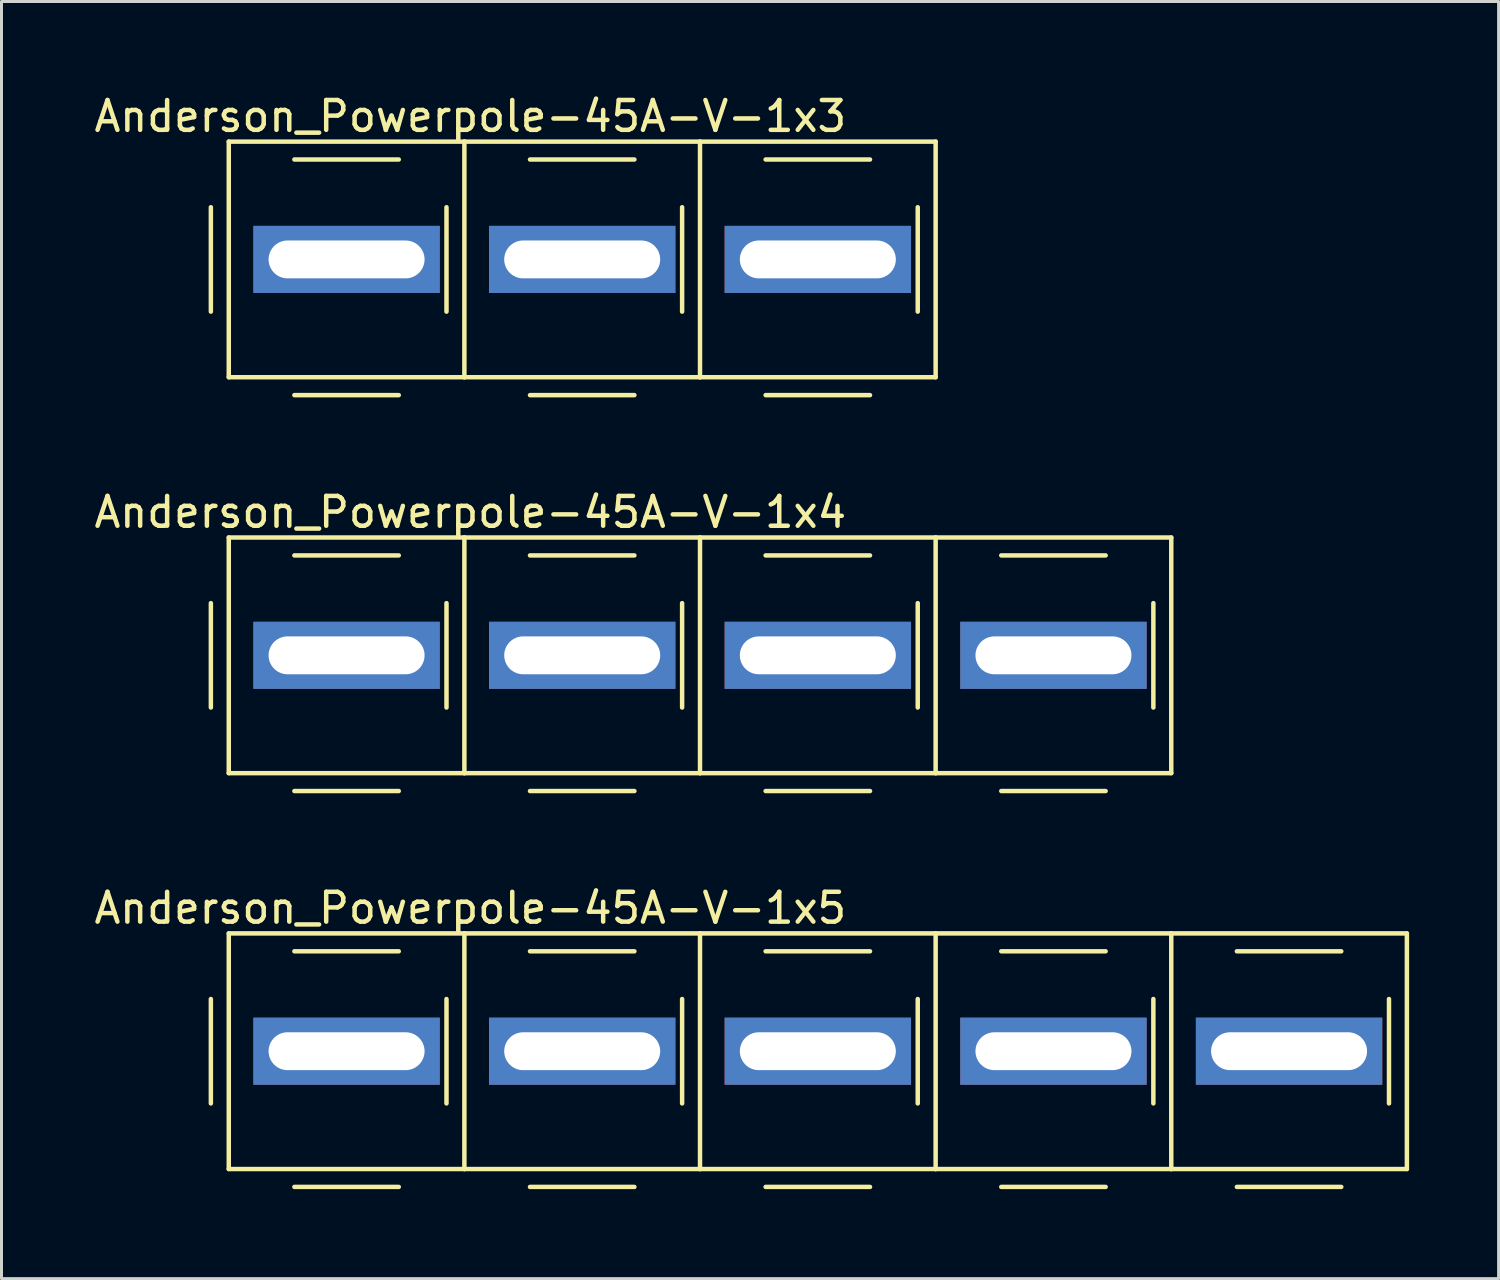
<source format=kicad_pcb>
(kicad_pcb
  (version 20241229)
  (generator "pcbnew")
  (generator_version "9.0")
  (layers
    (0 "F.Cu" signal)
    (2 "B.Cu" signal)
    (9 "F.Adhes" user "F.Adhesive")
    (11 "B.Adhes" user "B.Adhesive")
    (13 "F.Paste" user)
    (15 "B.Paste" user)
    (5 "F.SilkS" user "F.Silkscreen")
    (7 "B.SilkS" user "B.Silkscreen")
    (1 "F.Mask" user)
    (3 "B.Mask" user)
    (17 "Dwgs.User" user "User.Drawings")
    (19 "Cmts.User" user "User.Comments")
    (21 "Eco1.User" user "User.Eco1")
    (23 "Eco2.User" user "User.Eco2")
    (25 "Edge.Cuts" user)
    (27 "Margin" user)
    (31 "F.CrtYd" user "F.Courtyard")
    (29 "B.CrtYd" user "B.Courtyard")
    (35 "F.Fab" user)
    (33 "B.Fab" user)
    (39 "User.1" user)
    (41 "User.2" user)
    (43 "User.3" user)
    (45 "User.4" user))
  (footprint "Anderson_Powerpole-45A-V-1x5"
    (layer "F.Cu")
    (at 12.52 32.195)
    (property "Reference" "Anderson_Powerpole-45A-V-1x5" (at 0.2 -4.8 0) (layer "F.SilkS") (effects (font (size 1 1) (thickness 0.15))))
    (attr through_hole)
    (fp_line (start -8.5 -1.75) (end -8.5 1.75) (stroke (width 0.15) (type solid)) (layer "F.SilkS"))
    (fp_line (start -7.9 -3.95) (end -7.9 3.95) (stroke (width 0.15) (type solid)) (layer "F.SilkS"))
    (fp_line (start -7.9 -3.95) (end 0 -3.95) (stroke (width 0.15) (type solid)) (layer "F.SilkS"))
    (fp_line (start -7.9 3.95) (end 0 3.95) (stroke (width 0.15) (type solid)) (layer "F.SilkS"))
    (fp_line (start -5.7 -3.35) (end -2.2 -3.35) (stroke (width 0.15) (type solid)) (layer "F.SilkS"))
    (fp_line (start -5.7 4.55) (end -2.2 4.55) (stroke (width 0.15) (type solid)) (layer "F.SilkS"))
    (fp_line (start -0.6 -1.75) (end -0.6 1.75) (stroke (width 0.15) (type solid)) (layer "F.SilkS"))
    (fp_line (start 0 -3.95) (end 0 3.95) (stroke (width 0.15) (type solid)) (layer "F.SilkS"))
    (fp_line (start 0 -3.95) (end 7.9 -3.95) (stroke (width 0.15) (type solid)) (layer "F.SilkS"))
    (fp_line (start 0 3.95) (end 7.9 3.95) (stroke (width 0.15) (type solid)) (layer "F.SilkS"))
    (fp_line (start 2.2 -3.35) (end 5.7 -3.35) (stroke (width 0.15) (type solid)) (layer "F.SilkS"))
    (fp_line (start 2.2 4.55) (end 5.7 4.55) (stroke (width 0.15) (type solid)) (layer "F.SilkS"))
    (fp_line (start 7.3 -1.75) (end 7.3 1.75) (stroke (width 0.15) (type solid)) (layer "F.SilkS"))
    (fp_line (start 7.9 -3.95) (end 7.9 3.95) (stroke (width 0.15) (type solid)) (layer "F.SilkS"))
    (fp_line (start 7.9 -3.95) (end 15.8 -3.95) (stroke (width 0.15) (type solid)) (layer "F.SilkS"))
    (fp_line (start 7.9 3.95) (end 15.8 3.95) (stroke (width 0.15) (type solid)) (layer "F.SilkS"))
    (fp_line (start 10.1 -3.35) (end 13.6 -3.35) (stroke (width 0.15) (type solid)) (layer "F.SilkS"))
    (fp_line (start 10.1 4.55) (end 13.6 4.55) (stroke (width 0.15) (type solid)) (layer "F.SilkS"))
    (fp_line (start 15.2 -1.75) (end 15.2 1.75) (stroke (width 0.15) (type solid)) (layer "F.SilkS"))
    (fp_line (start 15.8 -3.95) (end 15.8 3.95) (stroke (width 0.15) (type solid)) (layer "F.SilkS"))
    (fp_line (start 15.8 -3.95) (end 23.7 -3.95) (stroke (width 0.15) (type solid)) (layer "F.SilkS"))
    (fp_line (start 15.8 3.95) (end 23.7 3.95) (stroke (width 0.15) (type solid)) (layer "F.SilkS"))
    (fp_line (start 18 -3.35) (end 21.5 -3.35) (stroke (width 0.15) (type solid)) (layer "F.SilkS"))
    (fp_line (start 18 4.55) (end 21.5 4.55) (stroke (width 0.15) (type solid)) (layer "F.SilkS"))
    (fp_line (start 23.1 -1.75) (end 23.1 1.75) (stroke (width 0.15) (type solid)) (layer "F.SilkS"))
    (fp_line (start 23.7 -3.95) (end 23.7 3.95) (stroke (width 0.15) (type solid)) (layer "F.SilkS"))
    (fp_line (start 23.7 -3.95) (end 31.6 -3.95) (stroke (width 0.15) (type solid)) (layer "F.SilkS"))
    (fp_line (start 23.7 3.95) (end 31.6 3.95) (stroke (width 0.15) (type solid)) (layer "F.SilkS"))
    (fp_line (start 25.9 -3.35) (end 29.4 -3.35) (stroke (width 0.15) (type solid)) (layer "F.SilkS"))
    (fp_line (start 25.9 4.55) (end 29.4 4.55) (stroke (width 0.15) (type solid)) (layer "F.SilkS"))
    (fp_line (start 31 -1.75) (end 31 1.75) (stroke (width 0.15) (type solid)) (layer "F.SilkS"))
    (fp_line (start 31.6 -3.95) (end 31.6 3.95) (stroke (width 0.15) (type solid)) (layer "F.SilkS"))
    (pad "1" thru_hole rect (at -3.95 0) (size 6.25 2.25) (drill oval 5.23 1.27) (layers "*.Cu" "*.Mask"))
    (pad "2" thru_hole rect (at 3.95 0) (size 6.25 2.25) (drill oval 5.23 1.27) (layers "*.Cu" "*.Mask"))
    (pad "3" thru_hole rect (at 11.85 0) (size 6.25 2.25) (drill oval 5.23 1.27) (layers "*.Cu" "*.Mask"))
    (pad "4" thru_hole rect (at 19.75 0) (size 6.25 2.25) (drill oval 5.23 1.27) (layers "*.Cu" "*.Mask"))
    (pad "5" thru_hole rect (at 27.65 0) (size 6.25 2.25) (drill oval 5.23 1.27) (layers "*.Cu" "*.Mask")))
  (footprint "Anderson_Powerpole-45A-V-1x4"
    (layer "F.Cu")
    (at 12.52 18.922)
    (property "Reference" "Anderson_Powerpole-45A-V-1x4" (at 0.2 -4.8 0) (layer "F.SilkS") (effects (font (size 1 1) (thickness 0.15))))
    (attr through_hole)
    (fp_line (start -8.5 -1.75) (end -8.5 1.75) (stroke (width 0.15) (type solid)) (layer "F.SilkS"))
    (fp_line (start -7.9 -3.95) (end -7.9 3.95) (stroke (width 0.15) (type solid)) (layer "F.SilkS"))
    (fp_line (start -7.9 -3.95) (end 0 -3.95) (stroke (width 0.15) (type solid)) (layer "F.SilkS"))
    (fp_line (start -7.9 3.95) (end 0 3.95) (stroke (width 0.15) (type solid)) (layer "F.SilkS"))
    (fp_line (start -5.7 -3.35) (end -2.2 -3.35) (stroke (width 0.15) (type solid)) (layer "F.SilkS"))
    (fp_line (start -5.7 4.55) (end -2.2 4.55) (stroke (width 0.15) (type solid)) (layer "F.SilkS"))
    (fp_line (start -0.6 -1.75) (end -0.6 1.75) (stroke (width 0.15) (type solid)) (layer "F.SilkS"))
    (fp_line (start 0 -3.95) (end 0 3.95) (stroke (width 0.15) (type solid)) (layer "F.SilkS"))
    (fp_line (start 0 -3.95) (end 7.9 -3.95) (stroke (width 0.15) (type solid)) (layer "F.SilkS"))
    (fp_line (start 0 3.95) (end 7.9 3.95) (stroke (width 0.15) (type solid)) (layer "F.SilkS"))
    (fp_line (start 2.2 -3.35) (end 5.7 -3.35) (stroke (width 0.15) (type solid)) (layer "F.SilkS"))
    (fp_line (start 2.2 4.55) (end 5.7 4.55) (stroke (width 0.15) (type solid)) (layer "F.SilkS"))
    (fp_line (start 7.3 -1.75) (end 7.3 1.75) (stroke (width 0.15) (type solid)) (layer "F.SilkS"))
    (fp_line (start 7.9 -3.95) (end 7.9 3.95) (stroke (width 0.15) (type solid)) (layer "F.SilkS"))
    (fp_line (start 7.9 -3.95) (end 15.8 -3.95) (stroke (width 0.15) (type solid)) (layer "F.SilkS"))
    (fp_line (start 7.9 3.95) (end 15.8 3.95) (stroke (width 0.15) (type solid)) (layer "F.SilkS"))
    (fp_line (start 10.1 -3.35) (end 13.6 -3.35) (stroke (width 0.15) (type solid)) (layer "F.SilkS"))
    (fp_line (start 10.1 4.55) (end 13.6 4.55) (stroke (width 0.15) (type solid)) (layer "F.SilkS"))
    (fp_line (start 15.2 -1.75) (end 15.2 1.75) (stroke (width 0.15) (type solid)) (layer "F.SilkS"))
    (fp_line (start 15.8 -3.95) (end 15.8 3.95) (stroke (width 0.15) (type solid)) (layer "F.SilkS"))
    (fp_line (start 15.8 -3.95) (end 23.7 -3.95) (stroke (width 0.15) (type solid)) (layer "F.SilkS"))
    (fp_line (start 15.8 3.95) (end 23.7 3.95) (stroke (width 0.15) (type solid)) (layer "F.SilkS"))
    (fp_line (start 18 -3.35) (end 21.5 -3.35) (stroke (width 0.15) (type solid)) (layer "F.SilkS"))
    (fp_line (start 18 4.55) (end 21.5 4.55) (stroke (width 0.15) (type solid)) (layer "F.SilkS"))
    (fp_line (start 23.1 -1.75) (end 23.1 1.75) (stroke (width 0.15) (type solid)) (layer "F.SilkS"))
    (fp_line (start 23.7 -3.95) (end 23.7 3.95) (stroke (width 0.15) (type solid)) (layer "F.SilkS"))
    (pad "1" thru_hole rect (at -3.95 0) (size 6.25 2.25) (drill oval 5.23 1.27) (layers "*.Cu" "*.Mask"))
    (pad "2" thru_hole rect (at 3.95 0) (size 6.25 2.25) (drill oval 5.23 1.27) (layers "*.Cu" "*.Mask"))
    (pad "3" thru_hole rect (at 11.85 0) (size 6.25 2.25) (drill oval 5.23 1.27) (layers "*.Cu" "*.Mask"))
    (pad "4" thru_hole rect (at 19.75 0) (size 6.25 2.25) (drill oval 5.23 1.27) (layers "*.Cu" "*.Mask")))
  (footprint "Anderson_Powerpole-45A-V-1x3"
    (layer "F.Cu")
    (at 12.52 5.648)
    (property "Reference" "Anderson_Powerpole-45A-V-1x3" (at 0.2 -4.8 0) (layer "F.SilkS") (effects (font (size 1 1) (thickness 0.15))))
    (attr through_hole)
    (fp_line (start -8.5 -1.75) (end -8.5 1.75) (stroke (width 0.15) (type solid)) (layer "F.SilkS"))
    (fp_line (start -7.9 -3.95) (end -7.9 3.95) (stroke (width 0.15) (type solid)) (layer "F.SilkS"))
    (fp_line (start -7.9 -3.95) (end 0 -3.95) (stroke (width 0.15) (type solid)) (layer "F.SilkS"))
    (fp_line (start -7.9 3.95) (end 0 3.95) (stroke (width 0.15) (type solid)) (layer "F.SilkS"))
    (fp_line (start -5.7 -3.35) (end -2.2 -3.35) (stroke (width 0.15) (type solid)) (layer "F.SilkS"))
    (fp_line (start -5.7 4.55) (end -2.2 4.55) (stroke (width 0.15) (type solid)) (layer "F.SilkS"))
    (fp_line (start -0.6 -1.75) (end -0.6 1.75) (stroke (width 0.15) (type solid)) (layer "F.SilkS"))
    (fp_line (start 0 -3.95) (end 0 3.95) (stroke (width 0.15) (type solid)) (layer "F.SilkS"))
    (fp_line (start 0 -3.95) (end 7.9 -3.95) (stroke (width 0.15) (type solid)) (layer "F.SilkS"))
    (fp_line (start 0 3.95) (end 7.9 3.95) (stroke (width 0.15) (type solid)) (layer "F.SilkS"))
    (fp_line (start 2.2 -3.35) (end 5.7 -3.35) (stroke (width 0.15) (type solid)) (layer "F.SilkS"))
    (fp_line (start 2.2 4.55) (end 5.7 4.55) (stroke (width 0.15) (type solid)) (layer "F.SilkS"))
    (fp_line (start 7.3 -1.75) (end 7.3 1.75) (stroke (width 0.15) (type solid)) (layer "F.SilkS"))
    (fp_line (start 7.9 -3.95) (end 7.9 3.95) (stroke (width 0.15) (type solid)) (layer "F.SilkS"))
    (fp_line (start 7.9 -3.95) (end 15.8 -3.95) (stroke (width 0.15) (type solid)) (layer "F.SilkS"))
    (fp_line (start 7.9 3.95) (end 15.8 3.95) (stroke (width 0.15) (type solid)) (layer "F.SilkS"))
    (fp_line (start 10.1 -3.35) (end 13.6 -3.35) (stroke (width 0.15) (type solid)) (layer "F.SilkS"))
    (fp_line (start 10.1 4.55) (end 13.6 4.55) (stroke (width 0.15) (type solid)) (layer "F.SilkS"))
    (fp_line (start 15.2 -1.75) (end 15.2 1.75) (stroke (width 0.15) (type solid)) (layer "F.SilkS"))
    (fp_line (start 15.8 -3.95) (end 15.8 3.95) (stroke (width 0.15) (type solid)) (layer "F.SilkS"))
    (pad "1" thru_hole rect (at -3.95 0) (size 6.25 2.25) (drill oval 5.23 1.27) (layers "*.Cu" "*.Mask"))
    (pad "2" thru_hole rect (at 3.95 0) (size 6.25 2.25) (drill oval 5.23 1.27) (layers "*.Cu" "*.Mask"))
    (pad "3" thru_hole rect (at 11.85 0) (size 6.25 2.25) (drill oval 5.23 1.27) (layers "*.Cu" "*.Mask")))
  (gr_rect
    (start -3 -3)
    (end 47.195 39.82)
    (stroke (width 0.1) (type default))
    (fill no)
    (layer "Edge.Cuts")))
</source>
